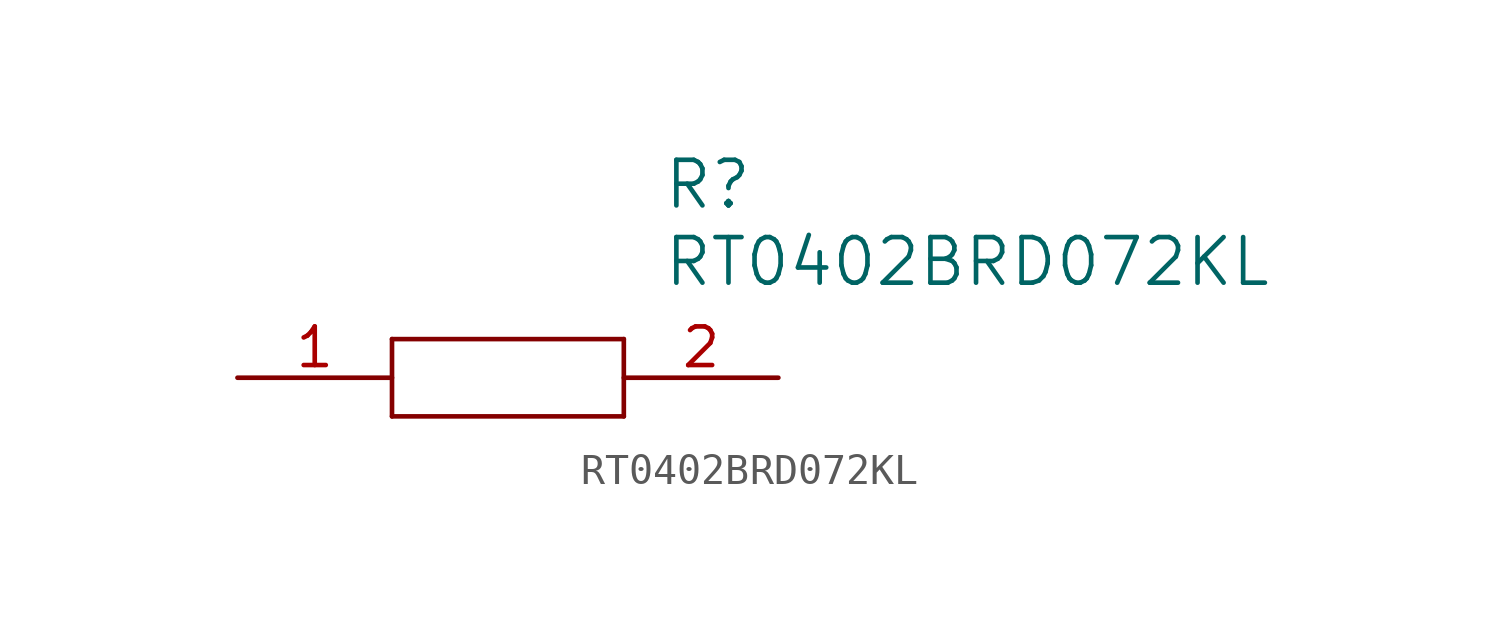
<source format=kicad_sym>
(kicad_symbol_lib
  (version 20211014)
  (generator kicad_symbol_editor)
  (symbol "RT0402BRD072KL"
    (pin_names
      (offset 1.016))
    (property "Reference" "R"
      (at 13.97 6.35 0)
      (effects (font (size 1.499 1.499)) (justify left)))
    (property "Value" "RT0402BRD072KL"
      (at 13.97 3.81 0)
      (effects (font (size 1.499 1.499)) (justify left)))
    (property "ki_locked" ""
      (at 0 0 0)
      (effects (font (size 1.27 1.27))))
    (symbol "RT0402BRD072KL_1_0"
      (polyline (pts (xy 5.08 1.27) (xy 5.08 -1.27)) (stroke (width 0) (type default) (color 0 0 0 0)) (fill (type none)))
      (polyline (pts (xy 5.08 1.27) (xy 12.7 1.27)) (stroke (width 0) (type default) (color 0 0 0 0)) (fill (type none)))
      (polyline (pts (xy 12.7 -1.27) (xy 5.08 -1.27)) (stroke (width 0) (type default) (color 0 0 0 0)) (fill (type none)))
      (polyline (pts (xy 12.7 -1.27) (xy 12.7 1.27)) (stroke (width 0) (type default) (color 0 0 0 0)) (fill (type none)))
      (pin bidirectional line (at 0 0 0) (length 5.08) (name "1" (effects (font (size 0 0)))) (number "1" (effects (font (size 1.27 1.27)))))
      (pin bidirectional line (at 17.78 0 180) (length 5.08) (name "2" (effects (font (size 0 0)))) (number "2" (effects (font (size 1.27 1.27))))))))
</source>
